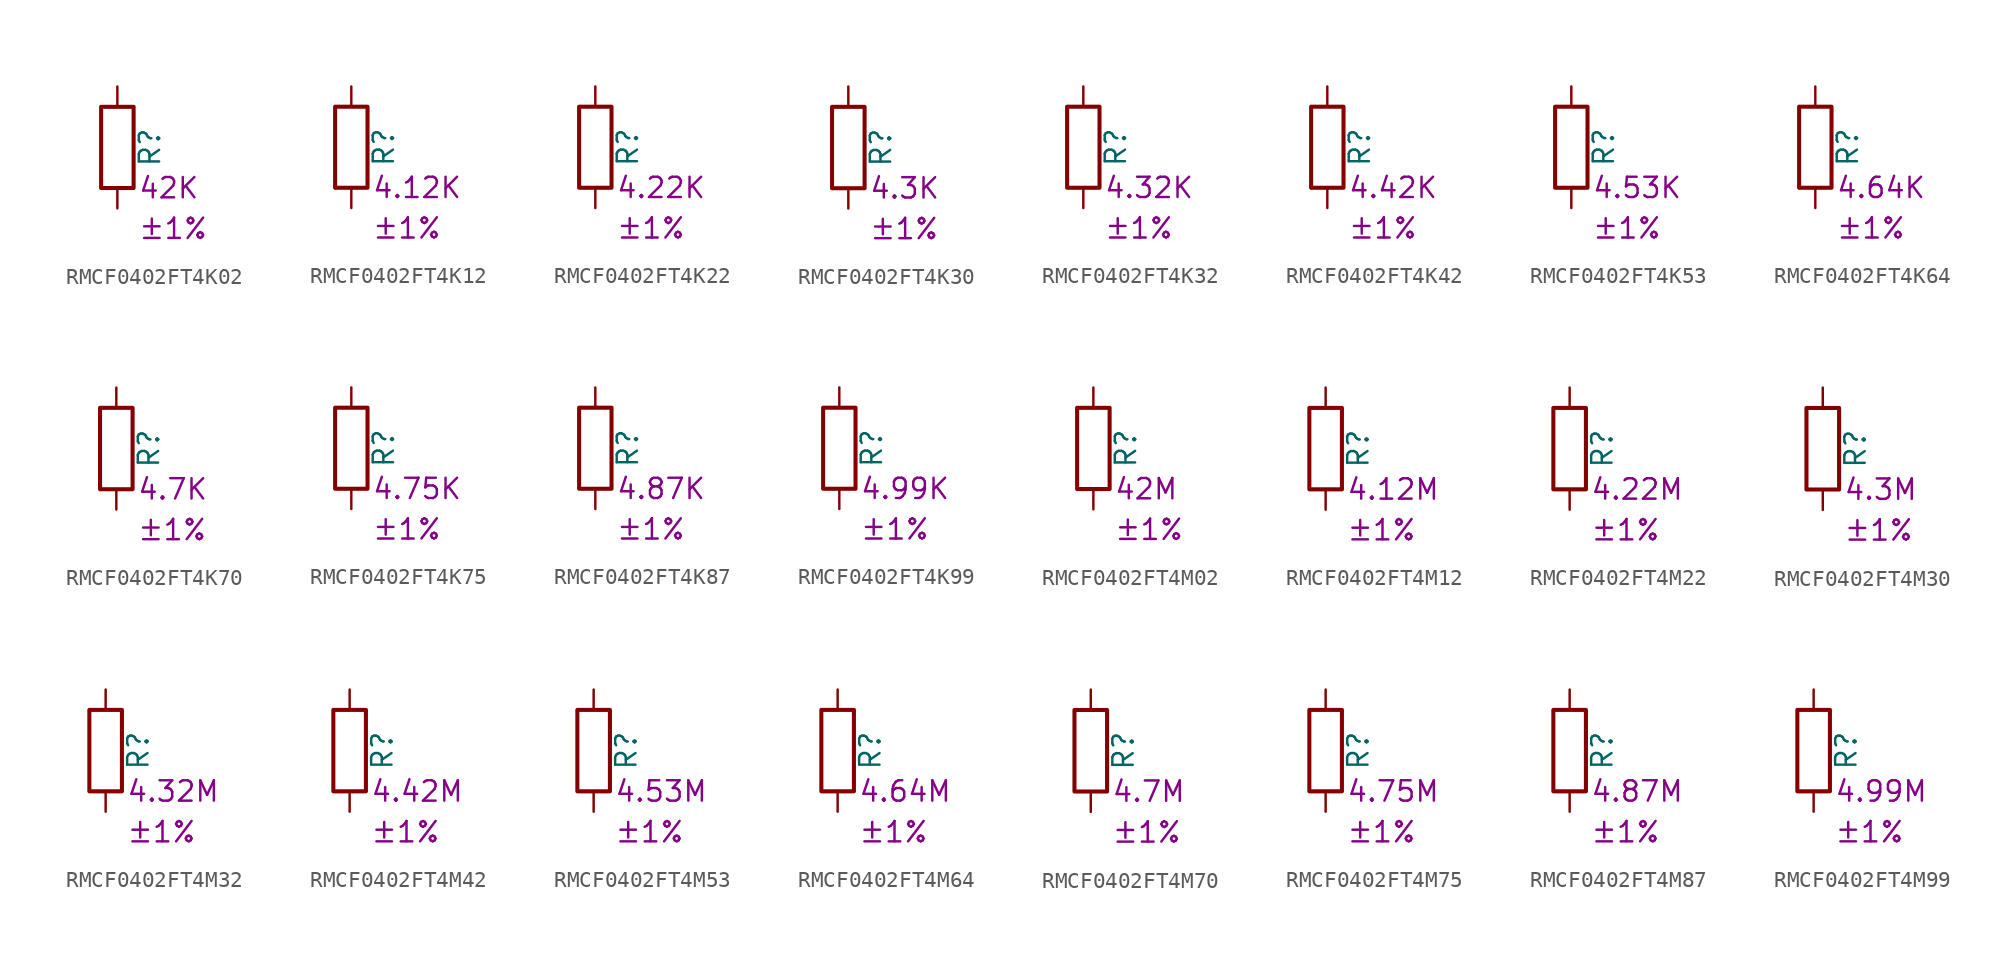
<source format=kicad_sym>
(kicad_symbol_lib
  (version 20220914)
  (generator kicad_symbol_editor)
  (symbol "RMCF0402FT4K02"
    (pin_numbers hide)
    (pin_names
      (offset 0))
    (property "Reference" "R"
      (at 2.032 0 90)
      (effects (font (size 1.27 1.27))))
    (property "Resistance" "42K"
      (at 1.27 -2.54 0)
      (effects (font (size 1.27 1.27)) (justify left)))
    (property "Tolerance" "±1%"
      (at 1.27 -5.08 0)
      (effects (font (size 1.27 1.27)) (justify left)))
    (symbol "RMCF0402FT4K02_0_1"
      (rectangle (start -1.016 -2.54) (end 1.016 2.54) (stroke (width 0.254) (type default)) (fill (type none))))
    (symbol "RMCF0402FT4K02_1_1"
      (pin passive line (at 0 3.81 270) (length 1.27) (name "~" (effects (font (size 1.27 1.27)))) (number "1" (effects (font (size 1.27 1.27)))))
      (pin passive line (at 0 -3.81 90) (length 1.27) (name "~" (effects (font (size 1.27 1.27)))) (number "2" (effects (font (size 1.27 1.27)))))))
  (symbol "RMCF0402FT4K12"
    (pin_numbers hide)
    (pin_names
      (offset 0))
    (property "Reference" "R"
      (at 2.032 0 90)
      (effects (font (size 1.27 1.27))))
    (property "Resistance" "4.12K"
      (at 1.27 -2.54 0)
      (effects (font (size 1.27 1.27)) (justify left)))
    (property "Tolerance" "±1%"
      (at 1.27 -5.08 0)
      (effects (font (size 1.27 1.27)) (justify left)))
    (symbol "RMCF0402FT4K12_0_1"
      (rectangle (start -1.016 -2.54) (end 1.016 2.54) (stroke (width 0.254) (type default)) (fill (type none))))
    (symbol "RMCF0402FT4K12_1_1"
      (pin passive line (at 0 3.81 270) (length 1.27) (name "~" (effects (font (size 1.27 1.27)))) (number "1" (effects (font (size 1.27 1.27)))))
      (pin passive line (at 0 -3.81 90) (length 1.27) (name "~" (effects (font (size 1.27 1.27)))) (number "2" (effects (font (size 1.27 1.27)))))))
  (symbol "RMCF0402FT4K22"
    (pin_numbers hide)
    (pin_names
      (offset 0))
    (property "Reference" "R"
      (at 2.032 0 90)
      (effects (font (size 1.27 1.27))))
    (property "Resistance" "4.22K"
      (at 1.27 -2.54 0)
      (effects (font (size 1.27 1.27)) (justify left)))
    (property "Tolerance" "±1%"
      (at 1.27 -5.08 0)
      (effects (font (size 1.27 1.27)) (justify left)))
    (symbol "RMCF0402FT4K22_0_1"
      (rectangle (start -1.016 -2.54) (end 1.016 2.54) (stroke (width 0.254) (type default)) (fill (type none))))
    (symbol "RMCF0402FT4K22_1_1"
      (pin passive line (at 0 3.81 270) (length 1.27) (name "~" (effects (font (size 1.27 1.27)))) (number "1" (effects (font (size 1.27 1.27)))))
      (pin passive line (at 0 -3.81 90) (length 1.27) (name "~" (effects (font (size 1.27 1.27)))) (number "2" (effects (font (size 1.27 1.27)))))))
  (symbol "RMCF0402FT4K30"
    (pin_numbers hide)
    (pin_names
      (offset 0))
    (property "Reference" "R"
      (at 2.032 0 90)
      (effects (font (size 1.27 1.27))))
    (property "Resistance" "4.3K"
      (at 1.27 -2.54 0)
      (effects (font (size 1.27 1.27)) (justify left)))
    (property "Tolerance" "±1%"
      (at 1.27 -5.08 0)
      (effects (font (size 1.27 1.27)) (justify left)))
    (symbol "RMCF0402FT4K30_0_1"
      (rectangle (start -1.016 -2.54) (end 1.016 2.54) (stroke (width 0.254) (type default)) (fill (type none))))
    (symbol "RMCF0402FT4K30_1_1"
      (pin passive line (at 0 3.81 270) (length 1.27) (name "~" (effects (font (size 1.27 1.27)))) (number "1" (effects (font (size 1.27 1.27)))))
      (pin passive line (at 0 -3.81 90) (length 1.27) (name "~" (effects (font (size 1.27 1.27)))) (number "2" (effects (font (size 1.27 1.27)))))))
  (symbol "RMCF0402FT4K32"
    (pin_numbers hide)
    (pin_names
      (offset 0))
    (property "Reference" "R"
      (at 2.032 0 90)
      (effects (font (size 1.27 1.27))))
    (property "Resistance" "4.32K"
      (at 1.27 -2.54 0)
      (effects (font (size 1.27 1.27)) (justify left)))
    (property "Tolerance" "±1%"
      (at 1.27 -5.08 0)
      (effects (font (size 1.27 1.27)) (justify left)))
    (symbol "RMCF0402FT4K32_0_1"
      (rectangle (start -1.016 -2.54) (end 1.016 2.54) (stroke (width 0.254) (type default)) (fill (type none))))
    (symbol "RMCF0402FT4K32_1_1"
      (pin passive line (at 0 3.81 270) (length 1.27) (name "~" (effects (font (size 1.27 1.27)))) (number "1" (effects (font (size 1.27 1.27)))))
      (pin passive line (at 0 -3.81 90) (length 1.27) (name "~" (effects (font (size 1.27 1.27)))) (number "2" (effects (font (size 1.27 1.27)))))))
  (symbol "RMCF0402FT4K42"
    (pin_numbers hide)
    (pin_names
      (offset 0))
    (property "Reference" "R"
      (at 2.032 0 90)
      (effects (font (size 1.27 1.27))))
    (property "Resistance" "4.42K"
      (at 1.27 -2.54 0)
      (effects (font (size 1.27 1.27)) (justify left)))
    (property "Tolerance" "±1%"
      (at 1.27 -5.08 0)
      (effects (font (size 1.27 1.27)) (justify left)))
    (symbol "RMCF0402FT4K42_0_1"
      (rectangle (start -1.016 -2.54) (end 1.016 2.54) (stroke (width 0.254) (type default)) (fill (type none))))
    (symbol "RMCF0402FT4K42_1_1"
      (pin passive line (at 0 3.81 270) (length 1.27) (name "~" (effects (font (size 1.27 1.27)))) (number "1" (effects (font (size 1.27 1.27)))))
      (pin passive line (at 0 -3.81 90) (length 1.27) (name "~" (effects (font (size 1.27 1.27)))) (number "2" (effects (font (size 1.27 1.27)))))))
  (symbol "RMCF0402FT4K53"
    (pin_numbers hide)
    (pin_names
      (offset 0))
    (property "Reference" "R"
      (at 2.032 0 90)
      (effects (font (size 1.27 1.27))))
    (property "Resistance" "4.53K"
      (at 1.27 -2.54 0)
      (effects (font (size 1.27 1.27)) (justify left)))
    (property "Tolerance" "±1%"
      (at 1.27 -5.08 0)
      (effects (font (size 1.27 1.27)) (justify left)))
    (symbol "RMCF0402FT4K53_0_1"
      (rectangle (start -1.016 -2.54) (end 1.016 2.54) (stroke (width 0.254) (type default)) (fill (type none))))
    (symbol "RMCF0402FT4K53_1_1"
      (pin passive line (at 0 3.81 270) (length 1.27) (name "~" (effects (font (size 1.27 1.27)))) (number "1" (effects (font (size 1.27 1.27)))))
      (pin passive line (at 0 -3.81 90) (length 1.27) (name "~" (effects (font (size 1.27 1.27)))) (number "2" (effects (font (size 1.27 1.27)))))))
  (symbol "RMCF0402FT4K64"
    (pin_numbers hide)
    (pin_names
      (offset 0))
    (property "Reference" "R"
      (at 2.032 0 90)
      (effects (font (size 1.27 1.27))))
    (property "Resistance" "4.64K"
      (at 1.27 -2.54 0)
      (effects (font (size 1.27 1.27)) (justify left)))
    (property "Tolerance" "±1%"
      (at 1.27 -5.08 0)
      (effects (font (size 1.27 1.27)) (justify left)))
    (symbol "RMCF0402FT4K64_0_1"
      (rectangle (start -1.016 -2.54) (end 1.016 2.54) (stroke (width 0.254) (type default)) (fill (type none))))
    (symbol "RMCF0402FT4K64_1_1"
      (pin passive line (at 0 3.81 270) (length 1.27) (name "~" (effects (font (size 1.27 1.27)))) (number "1" (effects (font (size 1.27 1.27)))))
      (pin passive line (at 0 -3.81 90) (length 1.27) (name "~" (effects (font (size 1.27 1.27)))) (number "2" (effects (font (size 1.27 1.27)))))))
  (symbol "RMCF0402FT4K70"
    (pin_numbers hide)
    (pin_names
      (offset 0))
    (property "Reference" "R"
      (at 2.032 0 90)
      (effects (font (size 1.27 1.27))))
    (property "Resistance" "4.7K"
      (at 1.27 -2.54 0)
      (effects (font (size 1.27 1.27)) (justify left)))
    (property "Tolerance" "±1%"
      (at 1.27 -5.08 0)
      (effects (font (size 1.27 1.27)) (justify left)))
    (symbol "RMCF0402FT4K70_0_1"
      (rectangle (start -1.016 -2.54) (end 1.016 2.54) (stroke (width 0.254) (type default)) (fill (type none))))
    (symbol "RMCF0402FT4K70_1_1"
      (pin passive line (at 0 3.81 270) (length 1.27) (name "~" (effects (font (size 1.27 1.27)))) (number "1" (effects (font (size 1.27 1.27)))))
      (pin passive line (at 0 -3.81 90) (length 1.27) (name "~" (effects (font (size 1.27 1.27)))) (number "2" (effects (font (size 1.27 1.27)))))))
  (symbol "RMCF0402FT4K75"
    (pin_numbers hide)
    (pin_names
      (offset 0))
    (property "Reference" "R"
      (at 2.032 0 90)
      (effects (font (size 1.27 1.27))))
    (property "Resistance" "4.75K"
      (at 1.27 -2.54 0)
      (effects (font (size 1.27 1.27)) (justify left)))
    (property "Tolerance" "±1%"
      (at 1.27 -5.08 0)
      (effects (font (size 1.27 1.27)) (justify left)))
    (symbol "RMCF0402FT4K75_0_1"
      (rectangle (start -1.016 -2.54) (end 1.016 2.54) (stroke (width 0.254) (type default)) (fill (type none))))
    (symbol "RMCF0402FT4K75_1_1"
      (pin passive line (at 0 3.81 270) (length 1.27) (name "~" (effects (font (size 1.27 1.27)))) (number "1" (effects (font (size 1.27 1.27)))))
      (pin passive line (at 0 -3.81 90) (length 1.27) (name "~" (effects (font (size 1.27 1.27)))) (number "2" (effects (font (size 1.27 1.27)))))))
  (symbol "RMCF0402FT4K87"
    (pin_numbers hide)
    (pin_names
      (offset 0))
    (property "Reference" "R"
      (at 2.032 0 90)
      (effects (font (size 1.27 1.27))))
    (property "Resistance" "4.87K"
      (at 1.27 -2.54 0)
      (effects (font (size 1.27 1.27)) (justify left)))
    (property "Tolerance" "±1%"
      (at 1.27 -5.08 0)
      (effects (font (size 1.27 1.27)) (justify left)))
    (symbol "RMCF0402FT4K87_0_1"
      (rectangle (start -1.016 -2.54) (end 1.016 2.54) (stroke (width 0.254) (type default)) (fill (type none))))
    (symbol "RMCF0402FT4K87_1_1"
      (pin passive line (at 0 3.81 270) (length 1.27) (name "~" (effects (font (size 1.27 1.27)))) (number "1" (effects (font (size 1.27 1.27)))))
      (pin passive line (at 0 -3.81 90) (length 1.27) (name "~" (effects (font (size 1.27 1.27)))) (number "2" (effects (font (size 1.27 1.27)))))))
  (symbol "RMCF0402FT4K99"
    (pin_numbers hide)
    (pin_names
      (offset 0))
    (property "Reference" "R"
      (at 2.032 0 90)
      (effects (font (size 1.27 1.27))))
    (property "Resistance" "4.99K"
      (at 1.27 -2.54 0)
      (effects (font (size 1.27 1.27)) (justify left)))
    (property "Tolerance" "±1%"
      (at 1.27 -5.08 0)
      (effects (font (size 1.27 1.27)) (justify left)))
    (symbol "RMCF0402FT4K99_0_1"
      (rectangle (start -1.016 -2.54) (end 1.016 2.54) (stroke (width 0.254) (type default)) (fill (type none))))
    (symbol "RMCF0402FT4K99_1_1"
      (pin passive line (at 0 3.81 270) (length 1.27) (name "~" (effects (font (size 1.27 1.27)))) (number "1" (effects (font (size 1.27 1.27)))))
      (pin passive line (at 0 -3.81 90) (length 1.27) (name "~" (effects (font (size 1.27 1.27)))) (number "2" (effects (font (size 1.27 1.27)))))))
  (symbol "RMCF0402FT4M02"
    (pin_numbers hide)
    (pin_names
      (offset 0))
    (property "Reference" "R"
      (at 2.032 0 90)
      (effects (font (size 1.27 1.27))))
    (property "Resistance" "42M"
      (at 1.27 -2.54 0)
      (effects (font (size 1.27 1.27)) (justify left)))
    (property "Tolerance" "±1%"
      (at 1.27 -5.08 0)
      (effects (font (size 1.27 1.27)) (justify left)))
    (symbol "RMCF0402FT4M02_0_1"
      (rectangle (start -1.016 -2.54) (end 1.016 2.54) (stroke (width 0.254) (type default)) (fill (type none))))
    (symbol "RMCF0402FT4M02_1_1"
      (pin passive line (at 0 3.81 270) (length 1.27) (name "~" (effects (font (size 1.27 1.27)))) (number "1" (effects (font (size 1.27 1.27)))))
      (pin passive line (at 0 -3.81 90) (length 1.27) (name "~" (effects (font (size 1.27 1.27)))) (number "2" (effects (font (size 1.27 1.27)))))))
  (symbol "RMCF0402FT4M12"
    (pin_numbers hide)
    (pin_names
      (offset 0))
    (property "Reference" "R"
      (at 2.032 0 90)
      (effects (font (size 1.27 1.27))))
    (property "Resistance" "4.12M"
      (at 1.27 -2.54 0)
      (effects (font (size 1.27 1.27)) (justify left)))
    (property "Tolerance" "±1%"
      (at 1.27 -5.08 0)
      (effects (font (size 1.27 1.27)) (justify left)))
    (symbol "RMCF0402FT4M12_0_1"
      (rectangle (start -1.016 -2.54) (end 1.016 2.54) (stroke (width 0.254) (type default)) (fill (type none))))
    (symbol "RMCF0402FT4M12_1_1"
      (pin passive line (at 0 3.81 270) (length 1.27) (name "~" (effects (font (size 1.27 1.27)))) (number "1" (effects (font (size 1.27 1.27)))))
      (pin passive line (at 0 -3.81 90) (length 1.27) (name "~" (effects (font (size 1.27 1.27)))) (number "2" (effects (font (size 1.27 1.27)))))))
  (symbol "RMCF0402FT4M22"
    (pin_numbers hide)
    (pin_names
      (offset 0))
    (property "Reference" "R"
      (at 2.032 0 90)
      (effects (font (size 1.27 1.27))))
    (property "Resistance" "4.22M"
      (at 1.27 -2.54 0)
      (effects (font (size 1.27 1.27)) (justify left)))
    (property "Tolerance" "±1%"
      (at 1.27 -5.08 0)
      (effects (font (size 1.27 1.27)) (justify left)))
    (symbol "RMCF0402FT4M22_0_1"
      (rectangle (start -1.016 -2.54) (end 1.016 2.54) (stroke (width 0.254) (type default)) (fill (type none))))
    (symbol "RMCF0402FT4M22_1_1"
      (pin passive line (at 0 3.81 270) (length 1.27) (name "~" (effects (font (size 1.27 1.27)))) (number "1" (effects (font (size 1.27 1.27)))))
      (pin passive line (at 0 -3.81 90) (length 1.27) (name "~" (effects (font (size 1.27 1.27)))) (number "2" (effects (font (size 1.27 1.27)))))))
  (symbol "RMCF0402FT4M30"
    (pin_numbers hide)
    (pin_names
      (offset 0))
    (property "Reference" "R"
      (at 2.032 0 90)
      (effects (font (size 1.27 1.27))))
    (property "Resistance" "4.3M"
      (at 1.27 -2.54 0)
      (effects (font (size 1.27 1.27)) (justify left)))
    (property "Tolerance" "±1%"
      (at 1.27 -5.08 0)
      (effects (font (size 1.27 1.27)) (justify left)))
    (symbol "RMCF0402FT4M30_0_1"
      (rectangle (start -1.016 -2.54) (end 1.016 2.54) (stroke (width 0.254) (type default)) (fill (type none))))
    (symbol "RMCF0402FT4M30_1_1"
      (pin passive line (at 0 3.81 270) (length 1.27) (name "~" (effects (font (size 1.27 1.27)))) (number "1" (effects (font (size 1.27 1.27)))))
      (pin passive line (at 0 -3.81 90) (length 1.27) (name "~" (effects (font (size 1.27 1.27)))) (number "2" (effects (font (size 1.27 1.27)))))))
  (symbol "RMCF0402FT4M32"
    (pin_numbers hide)
    (pin_names
      (offset 0))
    (property "Reference" "R"
      (at 2.032 0 90)
      (effects (font (size 1.27 1.27))))
    (property "Resistance" "4.32M"
      (at 1.27 -2.54 0)
      (effects (font (size 1.27 1.27)) (justify left)))
    (property "Tolerance" "±1%"
      (at 1.27 -5.08 0)
      (effects (font (size 1.27 1.27)) (justify left)))
    (symbol "RMCF0402FT4M32_0_1"
      (rectangle (start -1.016 -2.54) (end 1.016 2.54) (stroke (width 0.254) (type default)) (fill (type none))))
    (symbol "RMCF0402FT4M32_1_1"
      (pin passive line (at 0 3.81 270) (length 1.27) (name "~" (effects (font (size 1.27 1.27)))) (number "1" (effects (font (size 1.27 1.27)))))
      (pin passive line (at 0 -3.81 90) (length 1.27) (name "~" (effects (font (size 1.27 1.27)))) (number "2" (effects (font (size 1.27 1.27)))))))
  (symbol "RMCF0402FT4M42"
    (pin_numbers hide)
    (pin_names
      (offset 0))
    (property "Reference" "R"
      (at 2.032 0 90)
      (effects (font (size 1.27 1.27))))
    (property "Resistance" "4.42M"
      (at 1.27 -2.54 0)
      (effects (font (size 1.27 1.27)) (justify left)))
    (property "Tolerance" "±1%"
      (at 1.27 -5.08 0)
      (effects (font (size 1.27 1.27)) (justify left)))
    (symbol "RMCF0402FT4M42_0_1"
      (rectangle (start -1.016 -2.54) (end 1.016 2.54) (stroke (width 0.254) (type default)) (fill (type none))))
    (symbol "RMCF0402FT4M42_1_1"
      (pin passive line (at 0 3.81 270) (length 1.27) (name "~" (effects (font (size 1.27 1.27)))) (number "1" (effects (font (size 1.27 1.27)))))
      (pin passive line (at 0 -3.81 90) (length 1.27) (name "~" (effects (font (size 1.27 1.27)))) (number "2" (effects (font (size 1.27 1.27)))))))
  (symbol "RMCF0402FT4M53"
    (pin_numbers hide)
    (pin_names
      (offset 0))
    (property "Reference" "R"
      (at 2.032 0 90)
      (effects (font (size 1.27 1.27))))
    (property "Resistance" "4.53M"
      (at 1.27 -2.54 0)
      (effects (font (size 1.27 1.27)) (justify left)))
    (property "Tolerance" "±1%"
      (at 1.27 -5.08 0)
      (effects (font (size 1.27 1.27)) (justify left)))
    (symbol "RMCF0402FT4M53_0_1"
      (rectangle (start -1.016 -2.54) (end 1.016 2.54) (stroke (width 0.254) (type default)) (fill (type none))))
    (symbol "RMCF0402FT4M53_1_1"
      (pin passive line (at 0 3.81 270) (length 1.27) (name "~" (effects (font (size 1.27 1.27)))) (number "1" (effects (font (size 1.27 1.27)))))
      (pin passive line (at 0 -3.81 90) (length 1.27) (name "~" (effects (font (size 1.27 1.27)))) (number "2" (effects (font (size 1.27 1.27)))))))
  (symbol "RMCF0402FT4M64"
    (pin_numbers hide)
    (pin_names
      (offset 0))
    (property "Reference" "R"
      (at 2.032 0 90)
      (effects (font (size 1.27 1.27))))
    (property "Resistance" "4.64M"
      (at 1.27 -2.54 0)
      (effects (font (size 1.27 1.27)) (justify left)))
    (property "Tolerance" "±1%"
      (at 1.27 -5.08 0)
      (effects (font (size 1.27 1.27)) (justify left)))
    (symbol "RMCF0402FT4M64_0_1"
      (rectangle (start -1.016 -2.54) (end 1.016 2.54) (stroke (width 0.254) (type default)) (fill (type none))))
    (symbol "RMCF0402FT4M64_1_1"
      (pin passive line (at 0 3.81 270) (length 1.27) (name "~" (effects (font (size 1.27 1.27)))) (number "1" (effects (font (size 1.27 1.27)))))
      (pin passive line (at 0 -3.81 90) (length 1.27) (name "~" (effects (font (size 1.27 1.27)))) (number "2" (effects (font (size 1.27 1.27)))))))
  (symbol "RMCF0402FT4M70"
    (pin_numbers hide)
    (pin_names
      (offset 0))
    (property "Reference" "R"
      (at 2.032 0 90)
      (effects (font (size 1.27 1.27))))
    (property "Resistance" "4.7M"
      (at 1.27 -2.54 0)
      (effects (font (size 1.27 1.27)) (justify left)))
    (property "Tolerance" "±1%"
      (at 1.27 -5.08 0)
      (effects (font (size 1.27 1.27)) (justify left)))
    (symbol "RMCF0402FT4M70_0_1"
      (rectangle (start -1.016 -2.54) (end 1.016 2.54) (stroke (width 0.254) (type default)) (fill (type none))))
    (symbol "RMCF0402FT4M70_1_1"
      (pin passive line (at 0 3.81 270) (length 1.27) (name "~" (effects (font (size 1.27 1.27)))) (number "1" (effects (font (size 1.27 1.27)))))
      (pin passive line (at 0 -3.81 90) (length 1.27) (name "~" (effects (font (size 1.27 1.27)))) (number "2" (effects (font (size 1.27 1.27)))))))
  (symbol "RMCF0402FT4M75"
    (pin_numbers hide)
    (pin_names
      (offset 0))
    (property "Reference" "R"
      (at 2.032 0 90)
      (effects (font (size 1.27 1.27))))
    (property "Resistance" "4.75M"
      (at 1.27 -2.54 0)
      (effects (font (size 1.27 1.27)) (justify left)))
    (property "Tolerance" "±1%"
      (at 1.27 -5.08 0)
      (effects (font (size 1.27 1.27)) (justify left)))
    (symbol "RMCF0402FT4M75_0_1"
      (rectangle (start -1.016 -2.54) (end 1.016 2.54) (stroke (width 0.254) (type default)) (fill (type none))))
    (symbol "RMCF0402FT4M75_1_1"
      (pin passive line (at 0 3.81 270) (length 1.27) (name "~" (effects (font (size 1.27 1.27)))) (number "1" (effects (font (size 1.27 1.27)))))
      (pin passive line (at 0 -3.81 90) (length 1.27) (name "~" (effects (font (size 1.27 1.27)))) (number "2" (effects (font (size 1.27 1.27)))))))
  (symbol "RMCF0402FT4M87"
    (pin_numbers hide)
    (pin_names
      (offset 0))
    (property "Reference" "R"
      (at 2.032 0 90)
      (effects (font (size 1.27 1.27))))
    (property "Resistance" "4.87M"
      (at 1.27 -2.54 0)
      (effects (font (size 1.27 1.27)) (justify left)))
    (property "Tolerance" "±1%"
      (at 1.27 -5.08 0)
      (effects (font (size 1.27 1.27)) (justify left)))
    (symbol "RMCF0402FT4M87_0_1"
      (rectangle (start -1.016 -2.54) (end 1.016 2.54) (stroke (width 0.254) (type default)) (fill (type none))))
    (symbol "RMCF0402FT4M87_1_1"
      (pin passive line (at 0 3.81 270) (length 1.27) (name "~" (effects (font (size 1.27 1.27)))) (number "1" (effects (font (size 1.27 1.27)))))
      (pin passive line (at 0 -3.81 90) (length 1.27) (name "~" (effects (font (size 1.27 1.27)))) (number "2" (effects (font (size 1.27 1.27)))))))
  (symbol "RMCF0402FT4M99"
    (pin_numbers hide)
    (pin_names
      (offset 0))
    (property "Reference" "R"
      (at 2.032 0 90)
      (effects (font (size 1.27 1.27))))
    (property "Resistance" "4.99M"
      (at 1.27 -2.54 0)
      (effects (font (size 1.27 1.27)) (justify left)))
    (property "Tolerance" "±1%"
      (at 1.27 -5.08 0)
      (effects (font (size 1.27 1.27)) (justify left)))
    (symbol "RMCF0402FT4M99_0_1"
      (rectangle (start -1.016 -2.54) (end 1.016 2.54) (stroke (width 0.254) (type default)) (fill (type none))))
    (symbol "RMCF0402FT4M99_1_1"
      (pin passive line (at 0 3.81 270) (length 1.27) (name "~" (effects (font (size 1.27 1.27)))) (number "1" (effects (font (size 1.27 1.27)))))
      (pin passive line (at 0 -3.81 90) (length 1.27) (name "~" (effects (font (size 1.27 1.27)))) (number "2" (effects (font (size 1.27 1.27))))))))
</source>
